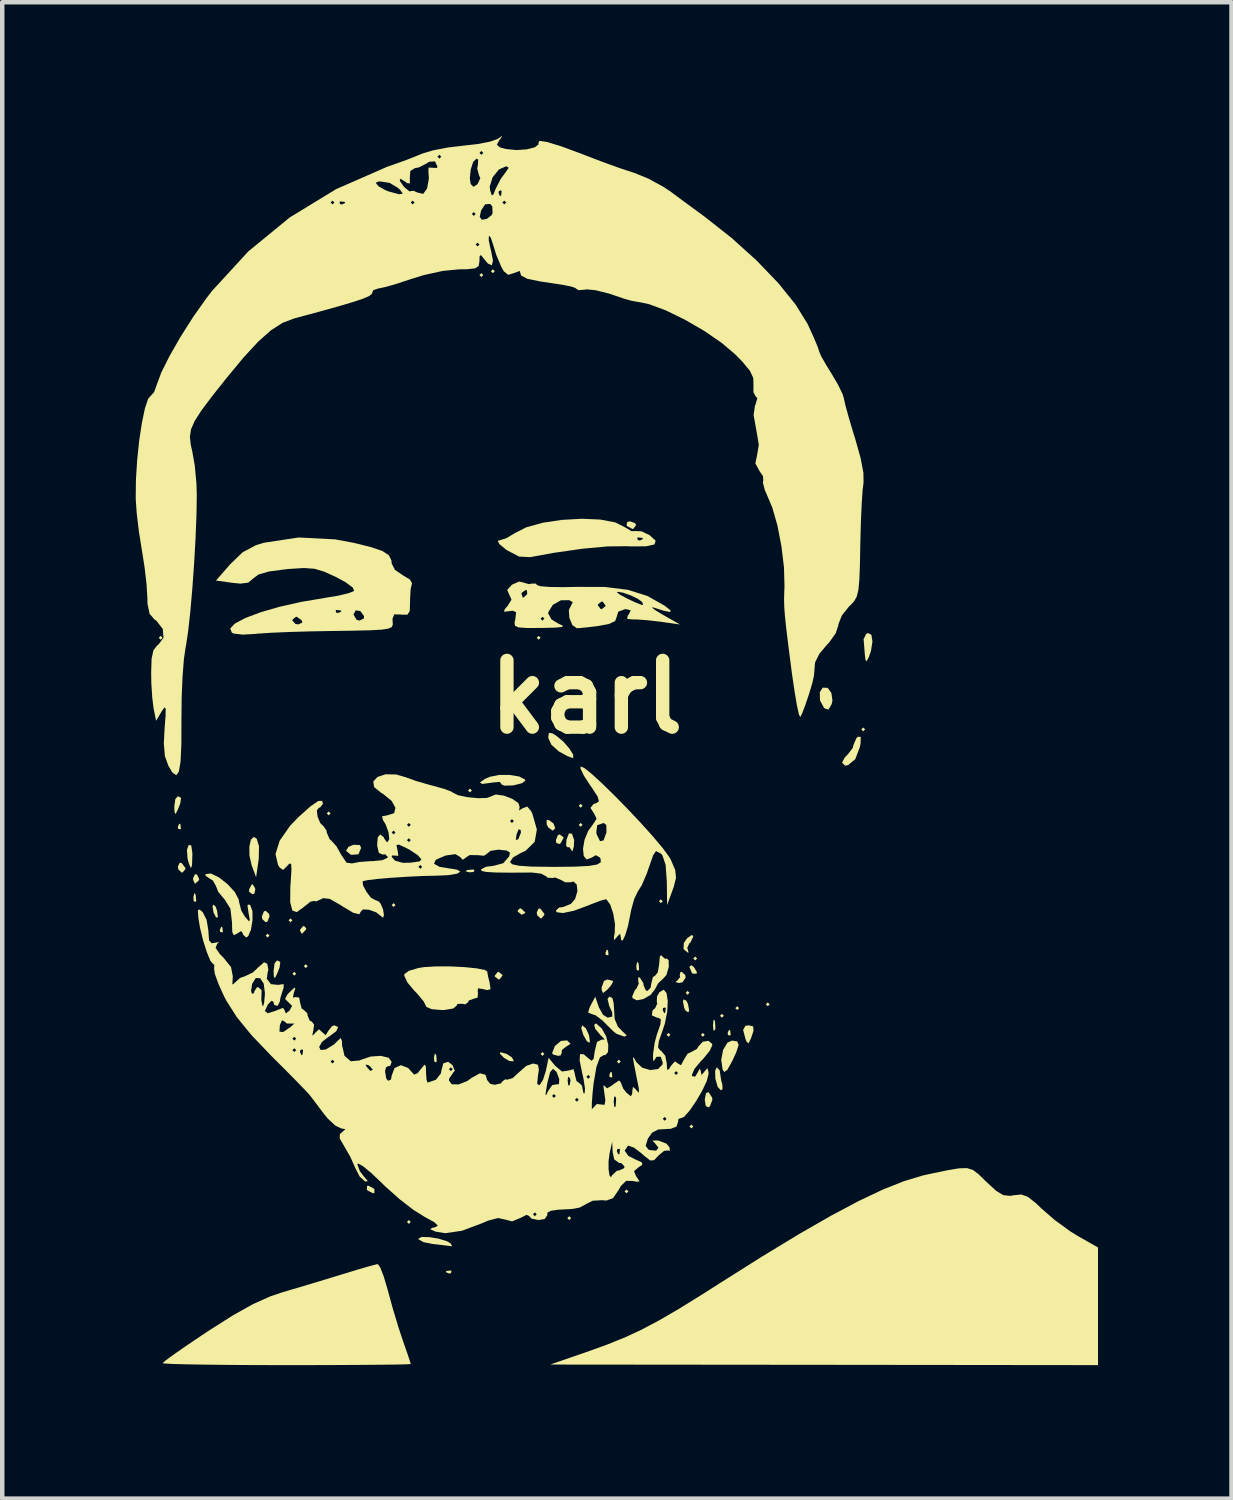
<source format=kicad_pcb>
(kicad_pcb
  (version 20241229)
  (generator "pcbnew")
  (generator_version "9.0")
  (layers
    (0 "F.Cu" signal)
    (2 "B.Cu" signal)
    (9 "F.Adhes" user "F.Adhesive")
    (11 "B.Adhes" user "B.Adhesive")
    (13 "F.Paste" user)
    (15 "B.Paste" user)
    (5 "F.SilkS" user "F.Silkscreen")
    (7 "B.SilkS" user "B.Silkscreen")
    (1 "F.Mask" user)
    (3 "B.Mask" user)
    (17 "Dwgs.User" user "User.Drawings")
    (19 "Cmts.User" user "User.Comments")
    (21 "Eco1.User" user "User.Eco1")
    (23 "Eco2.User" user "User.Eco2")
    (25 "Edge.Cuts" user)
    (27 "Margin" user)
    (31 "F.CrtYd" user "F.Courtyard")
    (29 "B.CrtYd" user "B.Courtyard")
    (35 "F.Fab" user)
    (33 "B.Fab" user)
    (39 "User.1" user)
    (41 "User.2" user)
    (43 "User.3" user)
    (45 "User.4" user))
  (footprint "karl"
    (layer "F.Cu")
    (at 10.129 12.614)
    (property "Reference" "karl" (at 0 0 0) (layer "F.SilkS") (effects (font (size 1.5 1.5) (thickness 0.3))))
    (attr board_only exclude_from_pos_files exclude_from_bom allow_missing_courtyard)
    (fp_poly (pts (xy -9.525 -1.33) (xy -9.568 -1.287) (xy -9.611 -1.33) (xy -9.568 -1.373)) (stroke (width 0) (type solid)) (fill yes) (layer "F.SilkS"))
    (fp_poly (pts (xy -7.122 5.363) (xy -7.165 5.406) (xy -7.208 5.363) (xy -7.165 5.32)) (stroke (width 0) (type solid)) (fill yes) (layer "F.SilkS"))
    (fp_poly (pts (xy -6.607 5.02) (xy -6.65 5.063) (xy -6.693 5.02) (xy -6.65 4.977)) (stroke (width 0) (type solid)) (fill yes) (layer "F.SilkS"))
    (fp_poly (pts (xy -6.522 6.221) (xy -6.565 6.264) (xy -6.607 6.221) (xy -6.565 6.178)) (stroke (width 0) (type solid)) (fill yes) (layer "F.SilkS"))
    (fp_poly (pts (xy -6.264 6.05) (xy -6.307 6.093) (xy -6.35 6.05) (xy -6.307 6.007)) (stroke (width 0) (type solid)) (fill yes) (layer "F.SilkS"))
    (fp_poly (pts (xy -5.749 2.617) (xy -5.792 2.66) (xy -5.835 2.617) (xy -5.792 2.574)) (stroke (width 0) (type solid)) (fill yes) (layer "F.SilkS"))
    (fp_poly (pts (xy -4.291 4.677) (xy -4.333 4.72) (xy -4.376 4.677) (xy -4.333 4.634)) (stroke (width 0) (type solid)) (fill yes) (layer "F.SilkS"))
    (fp_poly (pts (xy -3.947 11.799) (xy -3.99 11.842) (xy -4.033 11.799) (xy -3.99 11.756)) (stroke (width 0) (type solid)) (fill yes) (layer "F.SilkS"))
    (fp_poly (pts (xy -2.574 2.102) (xy -2.617 2.145) (xy -2.66 2.102) (xy -2.617 2.059)) (stroke (width 0) (type solid)) (fill yes) (layer "F.SilkS"))
    (fp_poly (pts (xy -2.317 -9.482) (xy -2.36 -9.439) (xy -2.403 -9.482) (xy -2.36 -9.525)) (stroke (width 0) (type solid)) (fill yes) (layer "F.SilkS"))
    (fp_poly (pts (xy -2.059 -9.568) (xy -2.102 -9.525) (xy -2.145 -9.568) (xy -2.102 -9.611)) (stroke (width 0) (type solid)) (fill yes) (layer "F.SilkS"))
    (fp_poly (pts (xy -1.03 -1.33) (xy -1.073 -1.287) (xy -1.116 -1.33) (xy -1.073 -1.373)) (stroke (width 0) (type solid)) (fill yes) (layer "F.SilkS"))
    (fp_poly (pts (xy -0.944 8.023) (xy -0.987 8.066) (xy -1.03 8.023) (xy -0.987 7.98)) (stroke (width 0) (type solid)) (fill yes) (layer "F.SilkS"))
    (fp_poly (pts (xy -0.343 11.713) (xy -0.386 11.756) (xy -0.429 11.713) (xy -0.386 11.67)) (stroke (width 0) (type solid)) (fill yes) (layer "F.SilkS"))
    (fp_poly (pts (xy -0.086 2.446) (xy -0.129 2.489) (xy -0.172 2.446) (xy -0.129 2.403)) (stroke (width 0) (type solid)) (fill yes) (layer "F.SilkS"))
    (fp_poly (pts (xy -0.086 2.875) (xy -0.129 2.918) (xy -0.172 2.875) (xy -0.129 2.832)) (stroke (width 0) (type solid)) (fill yes) (layer "F.SilkS"))
    (fp_poly (pts (xy 0.772 8.195) (xy 0.729 8.238) (xy 0.686 8.195) (xy 0.729 8.152)) (stroke (width 0) (type solid)) (fill yes) (layer "F.SilkS"))
    (fp_poly (pts (xy 0.944 11.112) (xy 0.901 11.155) (xy 0.858 11.112) (xy 0.901 11.07)) (stroke (width 0) (type solid)) (fill yes) (layer "F.SilkS"))
    (fp_poly (pts (xy 1.716 4.591) (xy 1.673 4.634) (xy 1.63 4.591) (xy 1.673 4.548)) (stroke (width 0) (type solid)) (fill yes) (layer "F.SilkS"))
    (fp_poly (pts (xy 1.888 7.594) (xy 1.845 7.637) (xy 1.802 7.594) (xy 1.845 7.551)) (stroke (width 0) (type solid)) (fill yes) (layer "F.SilkS"))
    (fp_poly (pts (xy 2.317 6.65) (xy 2.274 6.693) (xy 2.231 6.65) (xy 2.274 6.607)) (stroke (width 0) (type solid)) (fill yes) (layer "F.SilkS"))
    (fp_poly (pts (xy 2.403 9.654) (xy 2.36 9.697) (xy 2.317 9.654) (xy 2.36 9.611)) (stroke (width 0) (type solid)) (fill yes) (layer "F.SilkS"))
    (fp_poly (pts (xy 2.489 5.878) (xy 2.446 5.921) (xy 2.403 5.878) (xy 2.446 5.835)) (stroke (width 0) (type solid)) (fill yes) (layer "F.SilkS"))
    (fp_poly (pts (xy 2.66 7.594) (xy 2.617 7.637) (xy 2.574 7.594) (xy 2.617 7.551)) (stroke (width 0) (type solid)) (fill yes) (layer "F.SilkS"))
    (fp_poly (pts (xy 3.089 7.165) (xy 3.046 7.208) (xy 3.003 7.165) (xy 3.046 7.122)) (stroke (width 0) (type solid)) (fill yes) (layer "F.SilkS"))
    (fp_poly (pts (xy 3.432 6.994) (xy 3.39 7.036) (xy 3.347 6.994) (xy 3.39 6.951)) (stroke (width 0) (type solid)) (fill yes) (layer "F.SilkS"))
    (fp_poly (pts (xy 4.119 6.908) (xy 4.076 6.951) (xy 4.033 6.908) (xy 4.076 6.865)) (stroke (width 0) (type solid)) (fill yes) (layer "F.SilkS"))
    (fp_poly (pts (xy 6.264 0.729) (xy 6.221 0.772) (xy 6.178 0.729) (xy 6.221 0.686)) (stroke (width 0) (type solid)) (fill yes) (layer "F.SilkS"))
    (fp_poly (pts (xy -9.125 2.86) (xy -9.114 2.962) (xy -9.125 2.975) (xy -9.176 2.963) (xy -9.182 2.918) (xy -9.15 2.847)) (stroke (width 0) (type solid)) (fill yes) (layer "F.SilkS"))
    (fp_poly (pts (xy -8.78 4.446) (xy -8.77 4.58) (xy -8.787 4.611) (xy -8.826 4.585) (xy -8.832 4.498) (xy -8.811 4.406)) (stroke (width 0) (type solid)) (fill yes) (layer "F.SilkS"))
    (fp_poly (pts (xy -8.181 5.177) (xy -8.17 5.279) (xy -8.181 5.292) (xy -8.232 5.28) (xy -8.238 5.234) (xy -8.206 5.164)) (stroke (width 0) (type solid)) (fill yes) (layer "F.SilkS"))
    (fp_poly (pts (xy -3.374 8.05) (xy -3.364 8.184) (xy -3.381 8.215) (xy -3.42 8.189) (xy -3.426 8.102) (xy -3.405 8.01)) (stroke (width 0) (type solid)) (fill yes) (layer "F.SilkS"))
    (fp_poly (pts (xy -3.032 12.9) (xy -3.044 12.951) (xy -3.089 12.957) (xy -3.16 12.926) (xy -3.146 12.9) (xy -3.045 12.89)) (stroke (width 0) (type solid)) (fill yes) (layer "F.SilkS"))
    (fp_poly (pts (xy -2.512 3.895) (xy -2.537 3.934) (xy -2.624 3.941) (xy -2.716 3.92) (xy -2.676 3.889) (xy -2.542 3.878)) (stroke (width 0) (type solid)) (fill yes) (layer "F.SilkS"))
    (fp_poly (pts (xy 0.486 5.692) (xy 0.497 5.794) (xy 0.486 5.807) (xy 0.435 5.795) (xy 0.429 5.749) (xy 0.46 5.679)) (stroke (width 0) (type solid)) (fill yes) (layer "F.SilkS"))
    (fp_poly (pts (xy 0.572 8.438) (xy 0.582 8.54) (xy 0.572 8.552) (xy 0.521 8.541) (xy 0.515 8.495) (xy 0.546 8.425)) (stroke (width 0) (type solid)) (fill yes) (layer "F.SilkS"))
    (fp_poly (pts (xy 1.174 5.991) (xy 1.184 6.125) (xy 1.167 6.155) (xy 1.128 6.13) (xy 1.122 6.043) (xy 1.143 5.951)) (stroke (width 0) (type solid)) (fill yes) (layer "F.SilkS"))
    (fp_poly (pts (xy 2.889 7.272) (xy 2.9 7.448) (xy 2.889 7.487) (xy 2.857 7.498) (xy 2.845 7.38) (xy 2.859 7.258)) (stroke (width 0) (type solid)) (fill yes) (layer "F.SilkS"))
    (fp_poly (pts (xy 3.232 7.494) (xy 3.242 7.596) (xy 3.232 7.609) (xy 3.181 7.597) (xy 3.175 7.551) (xy 3.206 7.481)) (stroke (width 0) (type solid)) (fill yes) (layer "F.SilkS"))
    (fp_poly (pts (xy -8.751 3.991) (xy -8.702 4.094) (xy -8.713 4.125) (xy -8.796 4.201) (xy -8.837 4.114) (xy -8.839 4.071) (xy -8.796 3.983)) (stroke (width 0) (type solid)) (fill yes) (layer "F.SilkS"))
    (fp_poly (pts (xy -8.337 4.704) (xy -8.3 4.802) (xy -8.281 4.952) (xy -8.322 4.957) (xy -8.38 4.845) (xy -8.402 4.707) (xy -8.388 4.67)) (stroke (width 0) (type solid)) (fill yes) (layer "F.SilkS"))
    (fp_poly (pts (xy -9.11 2.266) (xy -9.127 2.392) (xy -9.182 2.531) (xy -9.234 2.633) (xy -9.256 2.586) (xy -9.262 2.467) (xy -9.239 2.296) (xy -9.182 2.231)) (stroke (width 0) (type solid)) (fill yes) (layer "F.SilkS"))
    (fp_poly (pts (xy -9.096 3.733) (xy -9.013 3.842) (xy -9.01 3.867) (xy -9.076 3.945) (xy -9.096 3.947) (xy -9.171 3.877) (xy -9.182 3.814) (xy -9.14 3.725)) (stroke (width 0) (type solid)) (fill yes) (layer "F.SilkS"))
    (fp_poly (pts (xy -7.461 4.271) (xy -7.44 4.319) (xy -7.461 4.42) (xy -7.508 4.434) (xy -7.584 4.373) (xy -7.577 4.319) (xy -7.523 4.216) (xy -7.508 4.205)) (stroke (width 0) (type solid)) (fill yes) (layer "F.SilkS"))
    (fp_poly (pts (xy -7.132 4.875) (xy -7.122 4.934) (xy -7.169 5.048) (xy -7.208 5.063) (xy -7.284 4.993) (xy -7.294 4.934) (xy -7.248 4.82) (xy -7.208 4.805)) (stroke (width 0) (type solid)) (fill yes) (layer "F.SilkS"))
    (fp_poly (pts (xy -6.879 5.955) (xy -6.896 6.082) (xy -6.951 6.221) (xy -7.003 6.323) (xy -7.025 6.276) (xy -7.03 6.157) (xy -7.008 5.986) (xy -6.951 5.921)) (stroke (width 0) (type solid)) (fill yes) (layer "F.SilkS"))
    (fp_poly (pts (xy -6.294 5.201) (xy -6.307 5.234) (xy -6.384 5.316) (xy -6.398 5.32) (xy -6.435 5.254) (xy -6.436 5.234) (xy -6.37 5.152) (xy -6.345 5.149)) (stroke (width 0) (type solid)) (fill yes) (layer "F.SilkS"))
    (fp_poly (pts (xy -5.091 3.328) (xy -5.063 3.392) (xy -5.122 3.536) (xy -5.281 3.548) (xy -5.299 3.542) (xy -5.401 3.46) (xy -5.348 3.369) (xy -5.234 3.322)) (stroke (width 0) (type solid)) (fill yes) (layer "F.SilkS"))
    (fp_poly (pts (xy -4.78 11.046) (xy -4.763 11.07) (xy -4.766 11.149) (xy -4.795 11.155) (xy -4.917 11.093) (xy -4.934 11.07) (xy -4.93 10.99) (xy -4.901 10.984)) (stroke (width 0) (type solid)) (fill yes) (layer "F.SilkS"))
    (fp_poly (pts (xy -1.89 6.244) (xy -1.888 6.264) (xy -1.953 6.348) (xy -1.974 6.35) (xy -2.057 6.285) (xy -2.059 6.264) (xy -1.994 6.181) (xy -1.974 6.178)) (stroke (width 0) (type solid)) (fill yes) (layer "F.SilkS"))
    (fp_poly (pts (xy -1.795 8.021) (xy -1.673 8.101) (xy -1.633 8.179) (xy -1.639 8.189) (xy -1.734 8.18) (xy -1.851 8.111) (xy -1.945 8.018) (xy -1.931 7.984)) (stroke (width 0) (type solid)) (fill yes) (layer "F.SilkS"))
    (fp_poly (pts (xy -1.459 4.762) (xy -1.377 4.84) (xy -1.373 4.853) (xy -1.439 4.89) (xy -1.459 4.891) (xy -1.541 4.825) (xy -1.545 4.8) (xy -1.492 4.749)) (stroke (width 0) (type solid)) (fill yes) (layer "F.SilkS"))
    (fp_poly (pts (xy -1.03 4.762) (xy -0.947 4.872) (xy -0.944 4.896) (xy -1.009 4.975) (xy -1.03 4.977) (xy -1.105 4.907) (xy -1.116 4.843) (xy -1.074 4.754)) (stroke (width 0) (type solid)) (fill yes) (layer "F.SilkS"))
    (fp_poly (pts (xy -0.739 2.844) (xy -0.7 2.948) (xy -0.75 3.003) (xy -0.756 3.003) (xy -0.855 2.935) (xy -0.892 2.867) (xy -0.894 2.767) (xy -0.842 2.766)) (stroke (width 0) (type solid)) (fill yes) (layer "F.SilkS"))
    (fp_poly (pts (xy -0.517 3.151) (xy -0.515 3.17) (xy -0.577 3.286) (xy -0.601 3.304) (xy -0.674 3.284) (xy -0.686 3.223) (xy -0.642 3.106) (xy -0.601 3.089)) (stroke (width 0) (type solid)) (fill yes) (layer "F.SilkS"))
    (fp_poly (pts (xy -0.01 7.45) (xy 0.058 7.599) (xy 0.079 7.739) (xy 0.065 7.773) (xy 0.008 7.733) (xy -0.07 7.595) (xy -0.116 7.44) (xy -0.09 7.38)) (stroke (width 0) (type solid)) (fill yes) (layer "F.SilkS"))
    (fp_poly (pts (xy 1.099 -3.902) (xy 1.116 -3.861) (xy 1.054 -3.778) (xy 1.035 -3.776) (xy 0.919 -3.838) (xy 0.901 -3.861) (xy 0.92 -3.935) (xy 0.982 -3.947)) (stroke (width 0) (type solid)) (fill yes) (layer "F.SilkS"))
    (fp_poly (pts (xy 2.245 6.826) (xy 2.283 6.899) (xy 2.309 7.043) (xy 2.295 7.087) (xy 2.235 7.058) (xy 2.197 6.985) (xy 2.17 6.842) (xy 2.184 6.797)) (stroke (width 0) (type solid)) (fill yes) (layer "F.SilkS"))
    (fp_poly (pts (xy 2.418 6.074) (xy 2.484 6.183) (xy 2.476 6.22) (xy 2.386 6.217) (xy 2.374 6.207) (xy 2.318 6.075) (xy 2.317 6.061) (xy 2.36 6.029)) (stroke (width 0) (type solid)) (fill yes) (layer "F.SilkS"))
    (fp_poly (pts (xy 2.826 9.006) (xy 2.832 9.053) (xy 2.777 9.197) (xy 2.746 9.225) (xy 2.683 9.194) (xy 2.66 9.053) (xy 2.687 8.904) (xy 2.746 8.881)) (stroke (width 0) (type solid)) (fill yes) (layer "F.SilkS"))
    (fp_poly (pts (xy -8.881 3.337) (xy -8.856 3.505) (xy -8.856 3.553) (xy -8.863 3.784) (xy -8.889 3.847) (xy -8.934 3.743) (xy -8.963 3.635) (xy -8.978 3.438) (xy -8.938 3.326)) (stroke (width 0) (type solid)) (fill yes) (layer "F.SilkS"))
    (fp_poly (pts (xy 0.586 6.377) (xy 0.601 6.399) (xy 0.547 6.492) (xy 0.472 6.577) (xy 0.373 6.655) (xy 0.344 6.587) (xy 0.343 6.528) (xy 0.395 6.383) (xy 0.472 6.35)) (stroke (width 0) (type solid)) (fill yes) (layer "F.SilkS"))
    (fp_poly (pts (xy 3.748 7.404) (xy 3.756 7.504) (xy 3.699 7.674) (xy 3.643 7.787) (xy 3.598 7.744) (xy 3.576 7.688) (xy 3.522 7.483) (xy 3.573 7.391) (xy 3.647 7.38)) (stroke (width 0) (type solid)) (fill yes) (layer "F.SilkS"))
    (fp_poly (pts (xy -7.409 3.187) (xy -7.358 3.355) (xy -7.363 3.627) (xy -7.369 3.677) (xy -7.423 4.051) (xy -7.522 3.785) (xy -7.572 3.57) (xy -7.575 3.363) (xy -7.54 3.207) (xy -7.474 3.145)) (stroke (width 0) (type solid)) (fill yes) (layer "F.SilkS"))
    (fp_poly (pts (xy -0.325 3.073) (xy -0.275 3.214) (xy -0.281 3.358) (xy -0.313 3.471) (xy -0.332 3.449) (xy -0.384 3.373) (xy -0.417 3.382) (xy -0.457 3.346) (xy -0.448 3.209) (xy -0.392 3.066)) (stroke (width 0) (type solid)) (fill yes) (layer "F.SilkS"))
    (fp_poly (pts (xy 2.221 6.248) (xy 2.231 6.307) (xy 2.161 6.412) (xy 2.081 6.429) (xy 1.999 6.407) (xy 2.039 6.379) (xy 2.108 6.294) (xy 2.098 6.257) (xy 2.112 6.183) (xy 2.14 6.178)) (stroke (width 0) (type solid)) (fill yes) (layer "F.SilkS"))
    (fp_poly (pts (xy 5.423 -0.205) (xy 5.507 -0.088) (xy 5.53 0.083) (xy 5.512 0.162) (xy 5.441 0.285) (xy 5.353 0.256) (xy 5.339 0.242) (xy 5.25 0.076) (xy 5.246 -0.106) (xy 5.311 -0.209)) (stroke (width 0) (type solid)) (fill yes) (layer "F.SilkS"))
    (fp_poly (pts (xy 3.389 7.741) (xy 3.422 7.818) (xy 3.369 7.986) (xy 3.274 8.19) (xy 3.167 8.382) (xy 3.098 8.428) (xy 3.062 8.376) (xy 3.03 8.155) (xy 3.073 7.932) (xy 3.171 7.768) (xy 3.272 7.723)) (stroke (width 0) (type solid)) (fill yes) (layer "F.SilkS"))
    (fp_poly (pts (xy 6.405 -1.398) (xy 6.429 -1.247) (xy 6.396 -1.035) (xy 6.35 -0.901) (xy 6.296 -0.798) (xy 6.27 -0.843) (xy 6.257 -0.965) (xy 6.24 -1.177) (xy 6.23 -1.301) (xy 6.289 -1.417) (xy 6.329 -1.437)) (stroke (width 0) (type solid)) (fill yes) (layer "F.SilkS"))
    (fp_poly (pts (xy 2.403 5.383) (xy 2.339 5.517) (xy 2.315 5.536) (xy 2.266 5.639) (xy 2.278 5.669) (xy 2.295 5.745) (xy 2.284 5.749) (xy 2.206 5.688) (xy 2.183 5.655) (xy 2.19 5.529) (xy 2.264 5.422) (xy 2.371 5.348)) (stroke (width 0) (type solid)) (fill yes) (layer "F.SilkS"))
    (fp_poly (pts (xy 2.996 8.393) (xy 3.003 8.445) (xy 3.033 8.634) (xy 3.055 8.703) (xy 3.06 8.817) (xy 3.022 8.839) (xy 2.951 8.764) (xy 2.9 8.584) (xy 2.899 8.581) (xy 2.893 8.402) (xy 2.93 8.324) (xy 2.932 8.324)) (stroke (width 0) (type solid)) (fill yes) (layer "F.SilkS"))
    (fp_poly (pts (xy -3.531 12.14) (xy -3.32 12.175) (xy -3.132 12.233) (xy -3.051 12.281) (xy -3.017 12.342) (xy -3.051 12.342) (xy -3.184 12.325) (xy -3.408 12.299) (xy -3.454 12.294) (xy -3.661 12.253) (xy -3.77 12.192) (xy -3.776 12.176) (xy -3.704 12.137)) (stroke (width 0) (type solid)) (fill yes) (layer "F.SilkS"))
    (fp_poly (pts (xy -0.427 7.725) (xy -0.356 7.795) (xy -0.443 7.853) (xy -0.452 7.856) (xy -0.553 7.937) (xy -0.552 7.989) (xy -0.577 8.055) (xy -0.639 8.066) (xy -0.754 8.033) (xy -0.77 8.002) (xy -0.706 7.843) (xy -0.573 7.731) (xy -0.436 7.719)) (stroke (width 0) (type solid)) (fill yes) (layer "F.SilkS"))
    (fp_poly (pts (xy -0.765 0.817) (xy -0.671 0.875) (xy -0.519 1.003) (xy -0.384 1.158) (xy -0.298 1.294) (xy -0.295 1.367) (xy -0.311 1.371) (xy -0.431 1.328) (xy -0.615 1.226) (xy -0.622 1.222) (xy -0.787 1.073) (xy -0.858 0.917) (xy -0.858 0.914) (xy -0.843 0.806)) (stroke (width 0) (type solid)) (fill yes) (layer "F.SilkS"))
    (fp_poly (pts (xy 6.166 0.899) (xy 6.162 1.042) (xy 6.148 1.119) (xy 6.044 1.397) (xy 5.88 1.533) (xy 5.814 1.543) (xy 5.75 1.48) (xy 5.749 1.469) (xy 5.808 1.357) (xy 5.878 1.287) (xy 5.987 1.144) (xy 6.007 1.067) (xy 6.071 0.921) (xy 6.106 0.893)) (stroke (width 0) (type solid)) (fill yes) (layer "F.SilkS"))
    (fp_poly (pts (xy -1.721 1.753) (xy -1.509 1.788) (xy -1.385 1.852) (xy -1.373 1.882) (xy -1.448 1.939) (xy -1.633 1.985) (xy -1.667 1.989) (xy -1.848 1.993) (xy -1.918 1.958) (xy -1.914 1.947) (xy -1.951 1.909) (xy -2.111 1.923) (xy -2.135 1.928) (xy -2.342 1.955) (xy -2.392 1.92) (xy -2.281 1.843) (xy -2.168 1.794) (xy -1.961 1.753)) (stroke (width 0) (type solid)) (fill yes) (layer "F.SilkS"))
    (fp_poly (pts (xy 0.584 6.765) (xy 0.613 6.881) (xy 0.628 7.114) (xy 0.635 7.236) (xy 0.707 7.408) (xy 0.81 7.515) (xy 0.907 7.607) (xy 0.853 7.633) (xy 0.684 7.574) (xy 0.618 7.526) (xy 0.468 7.38) (xy 0.363 7.272) (xy 0.207 7.155) (xy 0.107 7.122) (xy 0.038 7.092) (xy 0.074 6.975) (xy 0.097 6.929) (xy 0.2 6.737) (xy 0.279 6.972) (xy 0.373 7.142) (xy 0.479 7.208) (xy 0.583 7.184) (xy 0.579 7.085) (xy 0.515 6.95) (xy 0.475 6.787) (xy 0.515 6.736)) (stroke (width 0) (type solid)) (fill yes) (layer "F.SilkS"))
    (fp_poly (pts (xy 1.687 5.814) (xy 1.769 5.886) (xy 1.804 5.877) (xy 1.848 5.915) (xy 1.852 6.065) (xy 1.799 6.249) (xy 1.723 6.333) (xy 1.614 6.434) (xy 1.545 6.562) (xy 1.443 6.696) (xy 1.287 6.787) (xy 1.133 6.818) (xy 1.038 6.77) (xy 1.03 6.729) (xy 1.091 6.586) (xy 1.121 6.561) (xy 1.177 6.444) (xy 1.165 6.38) (xy 1.164 6.299) (xy 1.202 6.308) (xy 1.28 6.431) (xy 1.287 6.484) (xy 1.335 6.595) (xy 1.373 6.607) (xy 1.443 6.536) (xy 1.459 6.436) (xy 1.495 6.296) (xy 1.545 6.264) (xy 1.605 6.189) (xy 1.636 6.006) (xy 1.637 5.985) (xy 1.652 5.828) (xy 1.681 5.802)) (stroke (width 0) (type solid)) (fill yes) (layer "F.SilkS"))
    (fp_poly (pts (xy -8.259 4.055) (xy -8.066 4.206) (xy -7.902 4.384) (xy -7.814 4.552) (xy -7.809 4.594) (xy -7.756 4.801) (xy -7.674 4.939) (xy -7.584 5.041) (xy -7.564 5.012) (xy -7.594 4.848) (xy -7.618 4.683) (xy -7.581 4.662) (xy -7.551 4.687) (xy -7.505 4.816) (xy -7.504 5.019) (xy -7.538 5.228) (xy -7.599 5.375) (xy -7.647 5.406) (xy -7.719 5.339) (xy -7.723 5.31) (xy -7.761 5.261) (xy -7.846 5.316) (xy -7.924 5.355) (xy -7.959 5.283) (xy -7.965 5.069) (xy -7.965 5.063) (xy -8.001 4.758) (xy -8.132 4.549) (xy -8.142 4.539) (xy -8.275 4.378) (xy -8.324 4.253) (xy -8.393 4.127) (xy -8.465 4.083) (xy -8.561 4.016) (xy -8.558 3.981) (xy -8.438 3.968)) (stroke (width 0) (type solid)) (fill yes) (layer "F.SilkS"))
    (fp_poly (pts (xy -3.054 6.056) (xy -2.736 6.072) (xy -2.463 6.1) (xy -2.281 6.136) (xy -2.23 6.169) (xy -2.209 6.284) (xy -2.174 6.424) (xy -2.154 6.568) (xy -2.23 6.589) (xy -2.304 6.569) (xy -2.435 6.548) (xy -2.443 6.625) (xy -2.436 6.645) (xy -2.445 6.758) (xy -2.522 6.779) (xy -2.642 6.821) (xy -2.66 6.862) (xy -2.723 6.909) (xy -2.789 6.896) (xy -2.899 6.9) (xy -2.918 6.941) (xy -2.994 7.002) (xy -3.19 7.035) (xy -3.261 7.036) (xy -3.476 7.017) (xy -3.595 6.968) (xy -3.604 6.948) (xy -3.661 6.838) (xy -3.803 6.667) (xy -3.869 6.6) (xy -4.022 6.417) (xy -4.093 6.266) (xy -4.091 6.229) (xy -3.987 6.154) (xy -3.772 6.091) (xy -3.642 6.071) (xy -3.371 6.055)) (stroke (width 0) (type solid)) (fill yes) (layer "F.SilkS"))
    (fp_poly (pts (xy 0.312 -3.987) (xy 0.65 -3.923) (xy 0.86 -3.817) (xy 1.012 -3.727) (xy 1.108 -3.728) (xy 1.235 -3.724) (xy 1.417 -3.638) (xy 1.419 -3.637) (xy 1.557 -3.512) (xy 1.53 -3.428) (xy 1.336 -3.385) (xy 0.978 -3.384) (xy 0.906 -3.388) (xy 0.474 -3.383) (xy -0.084 -3.332) (xy -0.734 -3.239) (xy -1.264 -3.142) (xy -1.513 -3.155) (xy -1.793 -3.302) (xy -1.8 -3.307) (xy -1.958 -3.438) (xy -1.991 -3.51) (xy -1.961 -3.518) (xy -1.797 -3.568) (xy -1.785 -3.575) (xy 1.144 -3.575) (xy 1.156 -3.524) (xy 1.201 -3.518) (xy 1.272 -3.55) (xy 1.259 -3.575) (xy 1.157 -3.586) (xy 1.144 -3.575) (xy -1.785 -3.575) (xy -1.621 -3.675) (xy -1.352 -3.813) (xy -0.979 -3.916) (xy -0.548 -3.98) (xy -0.102 -4.005)) (stroke (width 0) (type solid)) (fill yes) (layer "F.SilkS"))
    (fp_poly (pts (xy 8.687 10.63) (xy 8.811 10.724) (xy 8.967 10.876) (xy 8.989 10.897) (xy 9.21 11.1) (xy 9.371 11.197) (xy 9.521 11.213) (xy 9.611 11.198) (xy 9.775 11.182) (xy 9.923 11.235) (xy 10.105 11.379) (xy 10.233 11.502) (xy 10.53 11.759) (xy 10.878 12.012) (xy 11.048 12.117) (xy 11.499 12.373) (xy 11.499 13.695) (xy 11.499 15.017) (xy 5.342 15.01) (xy -0.815 15.004) (xy -0.000001 14.723) (xy 0.45 14.561) (xy 0.849 14.401) (xy 1.23 14.225) (xy 1.629 14.014) (xy 2.079 13.752) (xy 2.615 13.42) (xy 2.985 13.184) (xy 3.939 12.582) (xy 4.77 12.077) (xy 5.492 11.662) (xy 6.118 11.329) (xy 6.661 11.072) (xy 7.136 10.883) (xy 7.556 10.756) (xy 7.702 10.723) (xy 8.102 10.64) (xy 8.372 10.594) (xy 8.554 10.589)) (stroke (width 0) (type solid)) (fill yes) (layer "F.SilkS"))
    (fp_poly (pts (xy -4.633 12.821) (xy -4.555 13.022) (xy -4.471 13.307) (xy -4.461 13.344) (xy -4.351 13.744) (xy -4.223 14.169) (xy -4.128 14.456) (xy -4.034 14.725) (xy -3.969 14.919) (xy -3.947 14.992) (xy -4.03 14.998) (xy -4.264 15.004) (xy -4.629 15.008) (xy -5.105 15.012) (xy -5.673 15.015) (xy -6.311 15.017) (xy -6.736 15.017) (xy -7.408 15.016) (xy -8.022 15.012) (xy -8.558 15.006) (xy -8.995 14.999) (xy -9.313 14.99) (xy -9.492 14.979) (xy -9.525 14.973) (xy -9.457 14.912) (xy -9.271 14.776) (xy -8.992 14.582) (xy -8.645 14.348) (xy -8.489 14.244) (xy -7.944 13.898) (xy -7.494 13.646) (xy -7.105 13.472) (xy -6.837 13.381) (xy -6.446 13.266) (xy -5.983 13.127) (xy -5.542 12.992) (xy -5.492 12.977) (xy -5.158 12.875) (xy -4.886 12.796) (xy -4.718 12.752) (xy -4.688 12.746)) (stroke (width 0) (type solid)) (fill yes) (layer "F.SilkS"))
    (fp_poly (pts (xy -5.649 -3.542) (xy -5.234 -3.465) (xy -4.838 -3.367) (xy -4.582 -3.279) (xy -4.44 -3.185) (xy -4.382 -3.07) (xy -4.376 -3) (xy -4.303 -2.856) (xy -4.125 -2.735) (xy -3.966 -2.639) (xy -3.918 -2.554) (xy -3.921 -2.548) (xy -3.95 -2.419) (xy -3.963 -2.197) (xy -3.963 -2.144) (xy -3.97 -1.932) (xy -4.021 -1.849) (xy -4.145 -1.849) (xy -4.167 -1.853) (xy -4.319 -1.856) (xy -4.358 -1.757) (xy -4.354 -1.696) (xy -4.351 -1.624) (xy -4.374 -1.571) (xy -4.45 -1.536) (xy -4.601 -1.513) (xy -4.853 -1.499) (xy -5.229 -1.49) (xy -5.706 -1.483) (xy -6.208 -1.474) (xy -6.681 -1.46) (xy -7.083 -1.443) (xy -7.374 -1.424) (xy -7.466 -1.415) (xy -7.725 -1.401) (xy -7.922 -1.424) (xy -7.967 -1.443) (xy -8.006 -1.538) (xy -7.898 -1.651) (xy -7.775 -1.716) (xy -6.607 -1.716) (xy -6.538 -1.641) (xy -6.474 -1.63) (xy -6.385 -1.672) (xy -6.393 -1.716) (xy -6.503 -1.799) (xy -6.527 -1.802) (xy -6.605 -1.737) (xy -6.607 -1.716) (xy -7.775 -1.716) (xy -7.663 -1.775) (xy -7.459 -1.852) (xy -5.234 -1.852) (xy -5.165 -1.734) (xy -5.099 -1.716) (xy -4.999 -1.766) (xy -4.997 -1.818) (xy -5.082 -1.931) (xy -5.185 -1.946) (xy -5.234 -1.852) (xy -7.459 -1.852) (xy -7.323 -1.903) (xy -7.179 -1.945) (xy -5.635 -1.945) (xy -5.623 -1.894) (xy -5.578 -1.888) (xy -5.507 -1.919) (xy -5.52 -1.945) (xy -5.622 -1.955) (xy -5.635 -1.945) (xy -7.179 -1.945) (xy -6.9 -2.026) (xy -6.415 -2.136) (xy -5.889 -2.224) (xy -5.887 -2.225) (xy -5.58 -2.276) (xy -5.341 -2.333) (xy -5.221 -2.382) (xy -5.22 -2.383) (xy -5.249 -2.458) (xy -5.408 -2.576) (xy -5.626 -2.695) (xy -5.895 -2.817) (xy -6.112 -2.881) (xy -6.347 -2.898) (xy -6.67 -2.878) (xy -6.747 -2.871) (xy -7.13 -2.821) (xy -7.37 -2.752) (xy -7.489 -2.662) (xy -7.6 -2.569) (xy -7.78 -2.547) (xy -7.959 -2.565) (xy -8.324 -2.617) (xy -8.002 -2.986) (xy -7.724 -3.253) (xy -7.425 -3.412) (xy -7.251 -3.465) (xy -6.47 -3.584)) (stroke (width 0) (type solid)) (fill yes) (layer "F.SilkS"))
    (fp_poly (pts (xy -1.427 -2.575) (xy -1.29 -2.535) (xy -1.234 -2.547) (xy -1.13 -2.547) (xy -1.116 -2.517) (xy -1.036 -2.489) (xy -0.82 -2.472) (xy -0.504 -2.468) (xy -0.222 -2.474) (xy 0.419 -2.472) (xy 0.937 -2.407) (xy 1.368 -2.271) (xy 1.751 -2.056) (xy 1.759 -2.051) (xy 1.892 -1.945) (xy 1.883 -1.908) (xy 1.726 -1.941) (xy 1.502 -2.012) (xy 1.471 -2.008) (xy 1.569 -1.937) (xy 1.716 -1.849) (xy 2.102 -1.629) (xy 1.673 -1.69) (xy 1.38 -1.724) (xy 1.128 -1.742) (xy 1.048 -1.742) (xy 0.916 -1.754) (xy 0.929 -1.826) (xy 0.951 -1.854) (xy 0.997 -1.946) (xy 0.897 -1.973) (xy 0.869 -1.974) (xy 0.716 -1.916) (xy 0.686 -1.814) (xy 0.647 -1.706) (xy 0.505 -1.639) (xy 0.288 -1.599) (xy 0.027 -1.566) (xy -0.17 -1.547) (xy -0.217 -1.545) (xy -0.317 -1.617) (xy -0.383 -1.781) (xy -0.394 -1.956) (xy -0.342 -2.059) (xy 0.257 -2.059) (xy 0.323 -1.976) (xy 0.343 -1.974) (xy 0.427 -2.039) (xy 0.429 -2.059) (xy 0.364 -2.143) (xy 0.343 -2.145) (xy 0.26 -2.08) (xy 0.257 -2.059) (xy -0.342 -2.059) (xy -0.341 -2.061) (xy -0.307 -2.13) (xy -0.382 -2.175) (xy -0.573 -2.173) (xy -0.755 -2.069) (xy -0.854 -1.91) (xy -0.858 -1.874) (xy -0.786 -1.744) (xy -0.622 -1.644) (xy -0.527 -1.6) (xy -0.548 -1.573) (xy -0.703 -1.558) (xy -1.011 -1.551) (xy -1.018 -1.551) (xy -1.34 -1.55) (xy -1.525 -1.563) (xy -1.605 -1.601) (xy -1.614 -1.676) (xy -1.596 -1.754) (xy -1.596 -1.759) (xy -1.03 -1.759) (xy -0.987 -1.716) (xy -0.944 -1.759) (xy -0.987 -1.802) (xy -1.03 -1.759) (xy -1.596 -1.759) (xy -1.579 -1.905) (xy -1.658 -1.939) (xy -1.727 -1.929) (xy -1.851 -1.915) (xy -1.836 -1.971) (xy -1.771 -2.046) (xy -1.683 -2.188) (xy -1.734 -2.301) (xy -1.741 -2.317) (xy -1.459 -2.317) (xy -1.43 -2.233) (xy -1.421 -2.231) (xy -1.348 -2.291) (xy -1.33 -2.317) (xy -1.333 -2.351) (xy 0.686 -2.351) (xy 0.754 -2.299) (xy 0.914 -2.213) (xy 1.1 -2.125) (xy 1.244 -2.069) (xy 1.271 -2.063) (xy 1.262 -2.115) (xy 1.249 -2.137) (xy 1.156 -2.207) (xy 0.99 -2.285) (xy 0.818 -2.345) (xy 0.702 -2.364) (xy 0.686 -2.351) (xy -1.333 -2.351) (xy -1.337 -2.396) (xy -1.368 -2.403) (xy -1.455 -2.34) (xy -1.459 -2.317) (xy -1.741 -2.317) (xy -1.78 -2.404) (xy -1.68 -2.517) (xy -1.669 -2.525) (xy -1.513 -2.594)) (stroke (width 0) (type solid)) (fill yes) (layer "F.SilkS"))
    (fp_poly (pts (xy -0.05 1.594) (xy 0.121 1.73) (xy 0.358 1.948) (xy 0.638 2.222) (xy 0.938 2.528) (xy 1.234 2.843) (xy 1.502 3.142) (xy 1.719 3.401) (xy 1.862 3.596) (xy 1.894 3.651) (xy 1.995 3.886) (xy 2.015 4.063) (xy 1.962 4.272) (xy 1.938 4.338) (xy 1.814 4.677) (xy 1.808 4.151) (xy 1.781 3.775) (xy 1.708 3.557) (xy 1.674 3.519) (xy 1.564 3.464) (xy 1.498 3.562) (xy 1.495 3.573) (xy 1.356 3.972) (xy 1.243 4.234) (xy 1.154 4.376) (xy 1.076 4.538) (xy 1.006 4.789) (xy 0.987 4.891) (xy 0.934 5.151) (xy 0.873 5.354) (xy 0.818 5.47) (xy 0.781 5.468) (xy 0.774 5.406) (xy 0.758 5.321) (xy 0.696 5.381) (xy 0.678 5.406) (xy 0.62 5.465) (xy 0.621 5.38) (xy 0.636 5.309) (xy 0.643 5.106) (xy 0.604 4.872) (xy 0.536 4.667) (xy 0.454 4.555) (xy 0.431 4.548) (xy 0.317 4.579) (xy 0.111 4.657) (xy 0.032 4.69) (xy -0.282 4.805) (xy -0.525 4.856) (xy -0.665 4.839) (xy -0.686 4.8) (xy -0.615 4.734) (xy -0.518 4.72) (xy -0.348 4.65) (xy -0.254 4.541) (xy -0.201 4.364) (xy -0.218 4.214) (xy -0.292 4.147) (xy -0.346 4.164) (xy -0.48 4.164) (xy -0.558 4.119) (xy -0.7 4.058) (xy -0.763 4.07) (xy -0.876 4.061) (xy -0.902 4.032) (xy -1.018 3.971) (xy -1.223 3.946) (xy -1.229 3.946) (xy -1.714 3.949) (xy -2.05 3.945) (xy -2.256 3.932) (xy -2.355 3.91) (xy -2.369 3.876) (xy -2.368 3.874) (xy -2.255 3.816) (xy -2.094 3.797) (xy -1.868 3.736) (xy -1.734 3.58) (xy -1.718 3.497) (xy -1.791 3.452) (xy -1.97 3.432) (xy -1.974 3.432) (xy -2.154 3.458) (xy -2.231 3.519) (xy -2.231 3.52) (xy -2.301 3.569) (xy -2.436 3.556) (xy -2.623 3.553) (xy -2.704 3.606) (xy -2.779 3.66) (xy -2.835 3.599) (xy -2.942 3.533) (xy -3.148 3.561) (xy -3.174 3.568) (xy -3.384 3.659) (xy -3.425 3.748) (xy -3.301 3.818) (xy -3.134 3.845) (xy -2.905 3.881) (xy -2.833 3.926) (xy -2.903 3.971) (xy -3.101 4.005) (xy -3.368 4.017) (xy -3.687 4.024) (xy -4.047 4.042) (xy -4.404 4.065) (xy -4.715 4.092) (xy -4.938 4.12) (xy -5.029 4.142) (xy -5.02 4.234) (xy -4.942 4.382) (xy -4.843 4.511) (xy -4.772 4.552) (xy -4.666 4.597) (xy -4.623 4.648) (xy -4.569 4.777) (xy -4.55 4.901) (xy -4.569 4.962) (xy -4.614 4.927) (xy -4.725 4.84) (xy -4.884 4.783) (xy -5.019 4.774) (xy -5.063 4.813) (xy -5.105 4.884) (xy -5.242 4.849) (xy -5.487 4.703) (xy -5.532 4.673) (xy -5.769 4.538) (xy -5.92 4.522) (xy -5.959 4.544) (xy -6.077 4.596) (xy -6.115 4.583) (xy -6.202 4.602) (xy -6.345 4.715) (xy -6.353 4.723) (xy -6.509 4.835) (xy -6.609 4.8) (xy -6.657 4.611) (xy -6.654 4.264) (xy -6.646 4.162) (xy -6.629 3.885) (xy -6.632 3.819) (xy -3.776 3.819) (xy -3.733 3.861) (xy -3.69 3.819) (xy -3.733 3.776) (xy -3.776 3.819) (xy -6.632 3.819) (xy -6.636 3.754) (xy -6.674 3.743) (xy -6.718 3.791) (xy -6.815 3.887) (xy -6.89 3.838) (xy -6.93 3.777) (xy -6.987 3.531) (xy -6.894 3.231) (xy -6.66 2.896) (xy -6.47 2.699) (xy -6.199 2.457) (xy -6.026 2.338) (xy -5.938 2.335) (xy -5.921 2.403) (xy -5.987 2.485) (xy -6.013 2.489) (xy -6.058 2.552) (xy -6.041 2.692) (xy -5.98 2.836) (xy -5.91 2.903) (xy -5.841 3.002) (xy -5.835 3.049) (xy -5.77 3.197) (xy -5.726 3.235) (xy -5.615 3.359) (xy -5.51 3.548) (xy -5.391 3.724) (xy -5.268 3.741) (xy -5.098 3.708) (xy -4.849 3.69) (xy -4.798 3.69) (xy -4.583 3.668) (xy -4.468 3.614) (xy -4.462 3.595) (xy -4.464 3.593) (xy -4.376 3.593) (xy -4.302 3.679) (xy -4.125 3.728) (xy -3.947 3.724) (xy -3.787 3.701) (xy -3.749 3.696) (xy -3.707 3.651) (xy -3.791 3.554) (xy -3.973 3.434) (xy -4.039 3.399) (xy -4.212 3.319) (xy -4.269 3.327) (xy -4.248 3.432) (xy -4.243 3.448) (xy -4.226 3.572) (xy -4.281 3.567) (xy -4.367 3.562) (xy -4.376 3.593) (xy -4.464 3.593) (xy -4.523 3.534) (xy -4.573 3.543) (xy -4.665 3.505) (xy -4.703 3.337) (xy -4.691 3.161) (xy -4.635 3.089) (xy -4.551 3.154) (xy -4.548 3.175) (xy -4.489 3.258) (xy -4.47 3.261) (xy -4.444 3.218) (xy -4.033 3.218) (xy -3.99 3.261) (xy -3.947 3.218) (xy -3.95 3.215) (xy -1.587 3.215) (xy -1.534 3.199) (xy -1.53 3.195) (xy -1.47 3.047) (xy -1.477 2.992) (xy -1.521 2.972) (xy -1.568 3.082) (xy -1.587 3.215) (xy -3.95 3.215) (xy -3.99 3.175) (xy -4.033 3.218) (xy -4.444 3.218) (xy -4.429 3.194) (xy -4.447 3.046) (xy -4.376 3.046) (xy -4.333 3.089) (xy -4.291 3.046) (xy -4.333 3.003) (xy -4.376 3.046) (xy -4.447 3.046) (xy -4.448 3.039) (xy -4.508 2.875) (xy -4.033 2.875) (xy -3.99 2.918) (xy -3.947 2.875) (xy -3.99 2.832) (xy -4.033 2.875) (xy -4.508 2.875) (xy -4.514 2.86) (xy -4.558 2.789) (xy -1.716 2.789) (xy -1.673 2.832) (xy -1.63 2.789) (xy -1.673 2.746) (xy -1.716 2.789) (xy -4.558 2.789) (xy -4.571 2.767) (xy -4.594 2.683) (xy -4.473 2.66) (xy -4.321 2.612) (xy -4.292 2.492) (xy -4.376 2.337) (xy -4.564 2.183) (xy -4.612 2.155) (xy -4.772 2.024) (xy -4.789 1.898) (xy -4.693 1.797) (xy -4.513 1.738) (xy -4.277 1.742) (xy -4.082 1.798) (xy -3.828 1.888) (xy -3.518 1.978) (xy -3.432 2) (xy -3.193 2.067) (xy -3.034 2.128) (xy -3.003 2.149) (xy -2.885 2.208) (xy -2.674 2.252) (xy -2.435 2.275) (xy -2.237 2.27) (xy -2.149 2.237) (xy -2.038 2.192) (xy -1.856 2.217) (xy -1.666 2.289) (xy -1.528 2.386) (xy -1.5 2.473) (xy -1.514 2.552) (xy -1.431 2.501) (xy -1.33 2.463) (xy -1.242 2.565) (xy -1.215 2.622) (xy -1.113 2.977) (xy -1.162 3.256) (xy -1.364 3.455) (xy -1.482 3.511) (xy -1.65 3.608) (xy -1.716 3.709) (xy -1.67 3.759) (xy -1.519 3.793) (xy -1.241 3.812) (xy -0.816 3.818) (xy -0.737 3.819) (xy -0.267 3.814) (xy 0.052 3.798) (xy 0.242 3.766) (xy 0.324 3.714) (xy 0.319 3.637) (xy 0.301 3.606) (xy 0.212 3.556) (xy 0.122 3.61) (xy 0.005 3.653) (xy -0.06 3.574) (xy -0.076 3.413) (xy -0.042 3.212) (xy 0.027 3.043) (xy 0.222 3.043) (xy 0.234 3.094) (xy 0.306 3.241) (xy 0.385 3.225) (xy 0.449 3.049) (xy 0.45 3.046) (xy 0.448 2.877) (xy 0.389 2.832) (xy 0.243 2.882) (xy 0.222 3.043) (xy 0.027 3.043) (xy 0.041 3.009) (xy 0.14 2.875) (xy 0.229 2.739) (xy 0.183 2.637) (xy 0.091 2.493) (xy 0.162 2.405) (xy 0.221 2.388) (xy 0.282 2.345) (xy 0.253 2.24) (xy 0.125 2.041) (xy 0.086 1.987) (xy -0.055 1.771) (xy -0.13 1.613) (xy -0.132 1.562)) (stroke (width 0) (type solid)) (fill yes) (layer "F.SilkS"))
    (fp_poly (pts (xy -1.92 -12.562) (xy -1.956 -12.515) (xy -2.012 -12.411) (xy -1.945 -12.352) (xy -1.806 -12.315) (xy -1.574 -12.291) (xy -1.341 -12.307) (xy -1.157 -12.354) (xy -1.073 -12.422) (xy -1.079 -12.453) (xy -1.054 -12.499) (xy -0.881 -12.472) (xy -0.567 -12.376) (xy -0.12 -12.211) (xy -0.000001 -12.164) (xy 0.375 -12.021) (xy 0.752 -11.885) (xy 1.053 -11.786) (xy 1.067 -11.782) (xy 1.393 -11.65) (xy 1.737 -11.462) (xy 1.882 -11.365) (xy 2.194 -11.134) (xy 2.53 -10.888) (xy 2.659 -10.793) (xy 3.268 -10.313) (xy 3.83 -9.805) (xy 4.318 -9.296) (xy 4.707 -8.813) (xy 4.972 -8.382) (xy 4.986 -8.353) (xy 5.111 -8.077) (xy 5.201 -7.864) (xy 5.234 -7.76) (xy 5.277 -7.658) (xy 5.389 -7.461) (xy 5.504 -7.275) (xy 5.654 -7.021) (xy 5.758 -6.807) (xy 5.787 -6.71) (xy 5.818 -6.567) (xy 5.89 -6.306) (xy 5.988 -5.973) (xy 6.041 -5.804) (xy 6.162 -5.374) (xy 6.226 -5.035) (xy 6.229 -4.82) (xy 6.229 -4.817) (xy 6.208 -4.649) (xy 6.188 -4.349) (xy 6.17 -3.956) (xy 6.158 -3.511) (xy 6.156 -3.419) (xy 6.147 -2.95) (xy 6.134 -2.62) (xy 6.112 -2.398) (xy 6.075 -2.252) (xy 6.017 -2.15) (xy 5.932 -2.059) (xy 5.899 -2.029) (xy 5.742 -1.832) (xy 5.665 -1.637) (xy 5.664 -1.613) (xy 5.603 -1.43) (xy 5.454 -1.221) (xy 5.406 -1.172) (xy 5.238 -0.973) (xy 5.142 -0.782) (xy 5.136 -0.744) (xy 5.121 -0.552) (xy 5.113 -0.469) (xy 5.077 -0.311) (xy 5.007 -0.075) (xy 4.923 0.174) (xy 4.847 0.373) (xy 4.807 0.451) (xy 4.777 0.395) (xy 4.733 0.196) (xy 4.68 -0.117) (xy 4.621 -0.517) (xy 4.596 -0.707) (xy 4.533 -1.202) (xy 4.489 -1.563) (xy 4.462 -1.823) (xy 4.447 -2.019) (xy 4.443 -2.185) (xy 4.447 -2.356) (xy 4.452 -2.489) (xy 4.441 -2.908) (xy 4.384 -3.384) (xy 4.294 -3.852) (xy 4.181 -4.248) (xy 4.109 -4.421) (xy 4.01 -4.651) (xy 3.967 -4.817) (xy 3.975 -4.862) (xy 3.97 -4.961) (xy 3.891 -5.077) (xy 3.797 -5.251) (xy 3.835 -5.426) (xy 3.875 -5.669) (xy 3.816 -6.015) (xy 3.758 -6.337) (xy 3.789 -6.547) (xy 3.8 -6.569) (xy 3.842 -6.715) (xy 3.805 -6.755) (xy 3.754 -6.85) (xy 3.755 -7.019) (xy 3.75 -7.171) (xy 3.674 -7.331) (xy 3.503 -7.538) (xy 3.347 -7.698) (xy 3.039 -7.959) (xy 2.644 -8.23) (xy 2.208 -8.482) (xy 1.781 -8.69) (xy 1.41 -8.827) (xy 1.244 -8.863) (xy 1.014 -8.904) (xy 0.858 -8.947) (xy 0.513 -9.065) (xy 0.213 -9.14) (xy 0.006 -9.161) (xy -0.038 -9.153) (xy -0.176 -9.143) (xy -0.209 -9.162) (xy -0.257 -9.196) (xy -0.348 -9.226) (xy -0.516 -9.259) (xy -0.799 -9.303) (xy -1.03 -9.337) (xy -1.327 -9.398) (xy -1.469 -9.473) (xy -1.479 -9.512) (xy -1.498 -9.575) (xy -1.623 -9.529) (xy -1.626 -9.527) (xy -1.759 -9.487) (xy -1.856 -9.567) (xy -1.916 -9.674) (xy -2.027 -9.939) (xy -2.094 -10.157) (xy -2.147 -10.319) (xy -2.19 -10.367) (xy -2.191 -10.366) (xy -2.195 -10.267) (xy -2.155 -10.074) (xy -2.145 -10.04) (xy -2.099 -9.806) (xy -2.125 -9.701) (xy -2.214 -9.741) (xy -2.281 -9.82) (xy -2.372 -9.934) (xy -2.401 -9.9) (xy -2.403 -9.799) (xy -2.42 -9.689) (xy -2.5 -9.633) (xy -2.684 -9.613) (xy -2.86 -9.611) (xy -3.224 -9.576) (xy -3.655 -9.481) (xy -3.931 -9.396) (xy -4.245 -9.292) (xy -4.507 -9.216) (xy -4.665 -9.182) (xy -4.675 -9.182) (xy -4.79 -9.141) (xy -4.805 -9.105) (xy -4.821 -9.06) (xy -4.879 -9.013) (xy -5.002 -8.958) (xy -5.21 -8.887) (xy -5.521 -8.794) (xy -5.957 -8.672) (xy -6.538 -8.515) (xy -6.573 -8.505) (xy -6.83 -8.407) (xy -7.09 -8.24) (xy -7.376 -7.986) (xy -7.709 -7.625) (xy -8.089 -7.166) (xy -8.419 -6.75) (xy -8.653 -6.438) (xy -8.804 -6.202) (xy -8.886 -6.015) (xy -8.911 -5.846) (xy -8.892 -5.669) (xy -8.856 -5.51) (xy -8.801 -5.195) (xy -8.765 -4.81) (xy -8.756 -4.548) (xy -8.763 -4.097) (xy -8.784 -3.569) (xy -8.816 -3.003) (xy -8.856 -2.439) (xy -8.902 -1.917) (xy -8.95 -1.479) (xy -8.997 -1.163) (xy -9.007 -1.116) (xy -9.046 -0.848) (xy -9.076 -0.459) (xy -9.096 0.001) (xy -9.101 0.482) (xy -9.101 0.53) (xy -9.103 1.072) (xy -9.121 1.452) (xy -9.159 1.678) (xy -9.218 1.759) (xy -9.301 1.703) (xy -9.395 1.547) (xy -9.473 1.329) (xy -9.497 1.047) (xy -9.48 0.708) (xy -9.457 0.41) (xy -9.456 0.26) (xy -9.482 0.235) (xy -9.539 0.314) (xy -9.55 0.332) (xy -9.671 0.536) (xy -9.727 0.257) (xy -9.757 0.016) (xy -9.778 -0.312) (xy -9.782 -0.548) (xy -9.772 -0.86) (xy -9.731 -1.047) (xy -9.65 -1.155) (xy -9.618 -1.177) (xy -9.504 -1.331) (xy -9.521 -1.528) (xy -9.661 -1.71) (xy -9.708 -1.743) (xy -9.817 -1.869) (xy -9.864 -2.093) (xy -9.868 -2.242) (xy -9.885 -2.528) (xy -9.928 -2.903) (xy -9.989 -3.29) (xy -9.993 -3.316) (xy -10.057 -3.716) (xy -10.106 -4.125) (xy -10.129 -4.455) (xy -10.129 -4.462) (xy -10.124 -4.882) (xy -10.096 -5.327) (xy -10.05 -5.765) (xy -9.99 -6.161) (xy -9.922 -6.485) (xy -9.85 -6.701) (xy -9.781 -6.779) (xy -9.715 -6.852) (xy -9.657 -7.015) (xy -9.553 -7.294) (xy -9.366 -7.667) (xy -9.121 -8.095) (xy -8.839 -8.538) (xy -8.545 -8.955) (xy -8.415 -9.124) (xy -7.599 -10.013) (xy -7.409 -10.169) (xy -2.489 -10.169) (xy -2.446 -10.126) (xy -2.403 -10.169) (xy -2.446 -10.211) (xy -2.489 -10.169) (xy -7.409 -10.169) (xy -6.666 -10.778) (xy -6.645 -10.791) (xy -2.397 -10.791) (xy -2.351 -10.725) (xy -2.239 -10.744) (xy -2.132 -10.827) (xy -2.109 -10.87) (xy -2.114 -11.024) (xy -2.164 -11.081) (xy -2.276 -11.071) (xy -2.366 -10.934) (xy -2.397 -10.791) (xy -6.645 -10.791) (xy -6.539 -10.855) (xy -2.574 -10.855) (xy -2.531 -10.812) (xy -2.489 -10.855) (xy -2.531 -10.898) (xy -2.574 -10.855) (xy -6.539 -10.855) (xy -6.117 -11.113) (xy -5.749 -11.113) (xy -5.706 -11.07) (xy -5.664 -11.113) (xy -5.678 -11.127) (xy -5.549 -11.127) (xy -5.537 -11.076) (xy -5.492 -11.07) (xy -5.421 -11.101) (xy -5.427 -11.113) (xy -3.947 -11.113) (xy -3.904 -11.07) (xy -3.861 -11.113) (xy -1.888 -11.113) (xy -1.845 -11.07) (xy -1.802 -11.113) (xy -1.845 -11.155) (xy -1.888 -11.113) (xy -3.861 -11.113) (xy -3.904 -11.155) (xy -3.947 -11.113) (xy -5.427 -11.113) (xy -5.435 -11.127) (xy -5.537 -11.137) (xy -5.549 -11.127) (xy -5.678 -11.127) (xy -5.706 -11.155) (xy -5.749 -11.113) (xy -6.117 -11.113) (xy -5.623 -11.414) (xy -5.306 -11.553) (xy -4.735 -11.553) (xy -4.672 -11.478) (xy -4.52 -11.391) (xy -4.439 -11.36) (xy -4.212 -11.298) (xy -4.126 -11.312) (xy -4.188 -11.4) (xy -4.254 -11.454) (xy -4.423 -11.554) (xy -4.619 -11.584) (xy -4.677 -11.584) (xy -4.735 -11.553) (xy -5.306 -11.553) (xy -5.195 -11.601) (xy -4.195 -11.601) (xy -4.112 -11.481) (xy -4.076 -11.443) (xy -3.975 -11.363) (xy -3.947 -11.368) (xy -3.886 -11.377) (xy -3.797 -11.337) (xy -3.668 -11.306) (xy -3.585 -11.42) (xy -3.578 -11.439) (xy -3.54 -11.655) (xy -2.62 -11.655) (xy -2.601 -11.529) (xy -2.539 -11.465) (xy -2.522 -11.475) (xy -2.172 -11.475) (xy -2.165 -11.395) (xy -2.126 -11.27) (xy -2.088 -11.297) (xy -2.076 -11.327) (xy -1.974 -11.327) (xy -1.942 -11.256) (xy -1.916 -11.27) (xy -1.906 -11.372) (xy -1.916 -11.384) (xy -1.967 -11.372) (xy -1.974 -11.327) (xy -2.076 -11.327) (xy -2.041 -11.417) (xy -1.924 -11.645) (xy -1.827 -11.776) (xy -1.746 -11.893) (xy -1.8 -11.928) (xy -1.967 -11.854) (xy -2.107 -11.68) (xy -2.172 -11.475) (xy -2.522 -11.475) (xy -2.447 -11.524) (xy -2.384 -11.66) (xy -2.413 -11.724) (xy -2.454 -11.879) (xy -2.438 -11.96) (xy -2.432 -12.077) (xy -2.469 -12.099) (xy -2.544 -12.026) (xy -2.6 -11.853) (xy -2.62 -11.655) (xy -3.54 -11.655) (xy -3.539 -11.658) (xy -3.55 -11.783) (xy -3.548 -11.898) (xy -3.469 -11.894) (xy -3.362 -11.889) (xy -3.347 -11.916) (xy -3.402 -12.037) (xy -3.534 -12.028) (xy -3.586 -11.993) (xy -3.765 -11.901) (xy -3.852 -11.886) (xy -3.957 -11.822) (xy -3.968 -11.68) (xy -3.967 -11.542) (xy -4.029 -11.548) (xy -4.075 -11.584) (xy -4.183 -11.647) (xy -4.195 -11.601) (xy -5.195 -11.601) (xy -4.473 -11.918) (xy -4.205 -12.011) (xy -3.977 -12.095) (xy -3.86 -12.142) (xy -3.347 -12.142) (xy -3.304 -12.099) (xy -3.261 -12.142) (xy -3.304 -12.185) (xy -3.347 -12.142) (xy -3.86 -12.142) (xy -3.711 -12.203) (xy -3.688 -12.212) (xy -3.636 -12.228) (xy -2.403 -12.228) (xy -2.36 -12.185) (xy -2.317 -12.228) (xy -2.36 -12.271) (xy -2.403 -12.228) (xy -3.636 -12.228) (xy -3.447 -12.285) (xy -3.109 -12.35) (xy -2.755 -12.391) (xy -2.426 -12.429) (xy -2.152 -12.484) (xy -1.99 -12.544) (xy -1.984 -12.548) (xy -1.891 -12.614)) (stroke (width 0) (type solid)) (fill yes) (layer "F.SilkS"))
    (fp_poly (pts (xy -8.623 4.837) (xy -8.536 5.007) (xy -8.496 5.248) (xy -8.495 5.269) (xy -8.481 5.469) (xy -8.423 5.536) (xy -8.345 5.524) (xy -8.257 5.508) (xy -8.299 5.551) (xy -8.334 5.638) (xy -8.238 5.778) (xy -8.16 5.856) (xy -7.987 6.07) (xy -7.946 6.283) (xy -7.95 6.325) (xy -7.957 6.463) (xy -7.922 6.445) (xy -7.917 6.436) (xy -7.784 6.315) (xy -7.68 6.279) (xy -7.496 6.192) (xy -7.371 6.074) (xy -7.244 5.963) (xy -7.172 5.995) (xy -7.147 6.136) (xy -7.16 6.171) (xy -7.184 6.333) (xy -7.089 6.455) (xy -6.928 6.471) (xy -6.804 6.453) (xy -6.805 6.539) (xy -6.819 6.576) (xy -6.877 6.763) (xy -6.889 6.843) (xy -6.939 6.942) (xy -7.015 6.924) (xy -7.036 6.848) (xy -7.077 6.828) (xy -7.159 6.913) (xy -7.226 7.058) (xy -7.162 7.109) (xy -6.985 7.054) (xy -6.955 7.039) (xy -6.818 6.988) (xy -6.779 7.047) (xy -6.779 7.051) (xy -6.755 7.113) (xy -6.673 7.05) (xy -6.614 6.944) (xy -6.694 6.864) (xy -6.772 6.788) (xy -6.724 6.692) (xy -6.667 6.632) (xy -6.557 6.53) (xy -6.542 6.552) (xy -6.574 6.643) (xy -6.596 6.756) (xy -6.536 6.745) (xy -6.455 6.756) (xy -6.436 6.86) (xy -6.401 7.002) (xy -6.35 7.036) (xy -6.274 7.106) (xy -6.264 7.165) (xy -6.215 7.279) (xy -6.173 7.294) (xy -6.12 7.363) (xy -6.135 7.487) (xy -6.161 7.609) (xy -6.121 7.583) (xy -6.098 7.551) (xy -6.009 7.469) (xy -5.933 7.537) (xy -5.861 7.602) (xy -5.807 7.516) (xy -5.717 7.398) (xy -5.666 7.38) (xy -5.579 7.419) (xy -5.622 7.513) (xy -5.778 7.629) (xy -5.792 7.637) (xy -5.943 7.753) (xy -6.006 7.866) (xy -5.972 7.935) (xy -5.857 7.923) (xy -5.673 7.811) (xy -5.599 7.737) (xy -5.521 7.664) (xy -5.494 7.732) (xy -5.492 7.825) (xy -5.437 8.064) (xy -5.295 8.188) (xy -5.097 8.169) (xy -5.074 8.158) (xy -4.851 8.082) (xy -4.622 8.066) (xy -4.445 8.108) (xy -4.376 8.2) (xy -4.41 8.294) (xy -4.444 8.292) (xy -4.505 8.326) (xy -4.525 8.414) (xy -4.498 8.574) (xy -4.457 8.627) (xy -4.392 8.599) (xy -4.376 8.51) (xy -4.313 8.34) (xy -4.167 8.276) (xy -4.006 8.339) (xy -3.966 8.383) (xy -3.871 8.488) (xy -3.794 8.457) (xy -3.727 8.372) (xy -3.638 8.265) (xy -3.608 8.302) (xy -3.604 8.436) (xy -3.593 8.605) (xy -3.568 8.667) (xy -3.382 8.604) (xy -3.269 8.459) (xy -3.261 8.405) (xy -3.251 8.367) (xy -3.089 8.367) (xy -3.046 8.409) (xy -3.003 8.367) (xy -3.046 8.324) (xy -3.089 8.367) (xy -3.251 8.367) (xy -3.216 8.235) (xy -3.107 8.2) (xy -3.009 8.274) (xy -2.958 8.401) (xy -2.999 8.45) (xy -3.084 8.577) (xy -3.089 8.617) (xy -3.026 8.705) (xy -2.87 8.708) (xy -2.676 8.631) (xy -2.573 8.557) (xy -2.393 8.458) (xy -2.267 8.491) (xy -2.231 8.611) (xy -2.159 8.696) (xy -2.059 8.716) (xy -1.92 8.685) (xy -1.888 8.641) (xy -1.825 8.594) (xy -1.781 8.602) (xy -1.658 8.567) (xy -1.518 8.438) (xy -1.351 8.292) (xy -1.197 8.238) (xy -1.089 8.265) (xy -1.067 8.377) (xy -1.088 8.509) (xy -1.106 8.693) (xy -1.058 8.727) (xy -1.054 8.725) (xy -0.977 8.61) (xy -0.911 8.405) (xy -0.908 8.39) (xy -0.85 8.109) (xy -0.698 8.293) (xy -0.548 8.418) (xy -0.404 8.397) (xy -0.402 8.396) (xy -0.289 8.366) (xy -0.258 8.476) (xy -0.257 8.491) (xy -0.222 8.633) (xy -0.172 8.667) (xy -0.098 8.737) (xy -0.086 8.81) (xy -0.064 8.909) (xy -0.039 8.906) (xy -0.031 8.803) (xy -0.063 8.593) (xy -0.075 8.538) (xy -0.000001 8.538) (xy 0.043 8.581) (xy 0.086 8.538) (xy 0.043 8.495) (xy -0.000001 8.538) (xy -0.075 8.538) (xy -0.093 8.46) (xy -0.152 8.166) (xy -0.142 8.025) (xy -0.06 8.031) (xy 0.027 8.106) (xy 0.119 8.178) (xy 0.164 8.128) (xy 0.188 7.96) (xy 0.239 7.754) (xy 0.341 7.702) (xy 0.343 7.703) (xy 0.413 7.698) (xy 0.341 7.623) (xy 0.322 7.607) (xy 0.202 7.463) (xy 0.174 7.37) (xy 0.219 7.336) (xy 0.336 7.442) (xy 0.35 7.459) (xy 0.445 7.629) (xy 0.492 7.822) (xy 0.486 7.981) (xy 0.423 8.051) (xy 0.396 8.047) (xy 0.304 8.101) (xy 0.225 8.317) (xy 0.162 8.687) (xy 0.14 8.889) (xy 0.122 9.13) (xy 0.122 9.258) (xy 0.138 9.251) (xy 0.234 9.148) (xy 0.319 9.158) (xy 0.407 9.167) (xy 0.421 9.096) (xy 0.614 9.096) (xy 0.628 9.218) (xy 0.658 9.203) (xy 0.669 9.028) (xy 0.658 8.989) (xy 0.626 8.978) (xy 0.614 9.096) (xy 0.421 9.096) (xy 0.427 9.072) (xy 0.406 8.917) (xy 0.384 8.755) (xy 0.393 8.721) (xy 0.401 8.736) (xy 0.464 8.796) (xy 0.583 8.726) (xy 0.61 8.702) (xy 0.736 8.618) (xy 0.772 8.66) (xy 0.828 8.802) (xy 0.901 8.894) (xy 1 8.975) (xy 1.03 8.916) (xy 1.031 8.866) (xy 1.046 8.762) (xy 1.109 8.818) (xy 1.124 8.839) (xy 1.181 8.896) (xy 1.18 8.809) (xy 1.165 8.731) (xy 1.109 8.453) (xy 1.109 8.452) (xy 1.974 8.452) (xy 2.017 8.495) (xy 2.059 8.452) (xy 2.017 8.409) (xy 1.974 8.452) (xy 1.109 8.452) (xy 1.071 8.259) (xy 1.046 8.105) (xy 1.068 8.107) (xy 1.122 8.206) (xy 1.254 8.333) (xy 1.437 8.385) (xy 1.61 8.362) (xy 1.71 8.262) (xy 1.716 8.217) (xy 1.67 8.086) (xy 1.577 8.087) (xy 1.52 8.173) (xy 1.499 8.178) (xy 1.498 8.045) (xy 1.499 8.023) (xy 1.534 7.773) (xy 1.582 7.594) (xy 1.663 7.361) (xy 1.674 7.246) (xy 1.616 7.21) (xy 1.585 7.208) (xy 1.472 7.156) (xy 1.485 7.047) (xy 1.497 7.036) (xy 1.716 7.036) (xy 1.748 7.107) (xy 1.773 7.094) (xy 1.784 6.992) (xy 1.773 6.979) (xy 1.722 6.991) (xy 1.716 7.036) (xy 1.497 7.036) (xy 1.546 6.993) (xy 1.594 6.888) (xy 1.582 6.855) (xy 1.587 6.73) (xy 1.643 6.635) (xy 1.739 6.579) (xy 1.802 6.657) (xy 1.829 6.834) (xy 1.817 7.075) (xy 1.762 7.345) (xy 1.715 7.489) (xy 1.628 7.739) (xy 1.61 7.876) (xy 1.656 7.941) (xy 1.68 7.952) (xy 1.772 8.064) (xy 1.805 8.226) (xy 1.814 8.376) (xy 1.852 8.37) (xy 1.9 8.292) (xy 1.989 8.19) (xy 2.06 8.239) (xy 2.126 8.278) (xy 2.185 8.163) (xy 2.275 8.018) (xy 2.356 7.98) (xy 2.484 7.911) (xy 2.52 7.852) (xy 2.615 7.749) (xy 2.743 7.728) (xy 2.825 7.795) (xy 2.829 7.83) (xy 2.771 7.954) (xy 2.628 8.131) (xy 2.574 8.185) (xy 2.429 8.359) (xy 2.371 8.495) (xy 2.377 8.523) (xy 2.445 8.533) (xy 2.497 8.447) (xy 2.55 8.352) (xy 2.57 8.409) (xy 2.587 8.495) (xy 2.646 8.43) (xy 2.66 8.409) (xy 2.722 8.343) (xy 2.744 8.428) (xy 2.745 8.477) (xy 2.705 8.632) (xy 2.604 8.848) (xy 2.467 9.083) (xy 2.323 9.293) (xy 2.198 9.436) (xy 2.118 9.469) (xy 2.116 9.467) (xy 2.069 9.485) (xy 2.059 9.554) (xy 2.025 9.654) (xy 1.898 9.705) (xy 1.64 9.72) (xy 1.617 9.72) (xy 1.478 9.791) (xy 1.382 9.926) (xy 1.332 10.088) (xy 1.391 10.169) (xy 1.42 10.182) (xy 1.569 10.197) (xy 1.619 10.129) (xy 1.542 10.031) (xy 1.483 9.973) (xy 1.574 9.966) (xy 1.624 9.972) (xy 1.799 10.039) (xy 1.871 10.126) (xy 1.874 10.205) (xy 1.844 10.192) (xy 1.746 10.201) (xy 1.626 10.302) (xy 1.521 10.411) (xy 1.435 10.418) (xy 1.305 10.318) (xy 1.242 10.26) (xy 1.072 10.13) (xy 0.948 10.085) (xy 0.933 10.089) (xy 0.86 10.197) (xy 0.943 10.314) (xy 1.094 10.391) (xy 1.248 10.46) (xy 1.255 10.515) (xy 1.175 10.568) (xy 1.071 10.658) (xy 1.117 10.772) (xy 1.132 10.791) (xy 1.194 10.887) (xy 1.125 10.895) (xy 1.049 10.878) (xy 0.893 10.876) (xy 0.774 10.993) (xy 0.721 11.086) (xy 0.598 11.265) (xy 0.449 11.318) (xy 0.352 11.31) (xy 0.141 11.322) (xy 0.012 11.387) (xy -0.149 11.475) (xy -0.325 11.508) (xy -0.634 11.524) (xy -0.805 11.549) (xy -0.875 11.59) (xy -0.88 11.649) (xy -0.935 11.732) (xy -1.073 11.756) (xy -1.234 11.725) (xy -1.287 11.665) (xy -1.345 11.639) (xy -1.472 11.704) (xy -1.669 11.786) (xy -1.82 11.747) (xy -1.983 11.711) (xy -2.209 11.769) (xy -2.343 11.827) (xy -2.797 11.997) (xy -3.174 12.052) (xy -3.39 12.016) (xy -3.509 11.963) (xy -3.47 11.933) (xy -3.398 11.918) (xy -3.34 11.879) (xy -3.417 11.805) (xy -3.639 11.683) (xy -3.728 11.627) (xy -1.201 11.627) (xy -1.158 11.67) (xy -1.116 11.627) (xy -1.158 11.584) (xy -1.201 11.627) (xy -3.728 11.627) (xy -3.89 11.526) (xy -4.2 11.286) (xy -4.512 11.008) (xy -4.596 10.926) (xy -4.835 10.699) (xy -5.022 10.545) (xy -5.131 10.485) (xy -5.149 10.5) (xy -5.092 10.657) (xy -5 10.777) (xy -4.913 10.88) (xy -4.956 10.891) (xy -4.979 10.884) (xy -5.095 10.779) (xy -5.192 10.591) (xy -5.261 10.435) (xy 0.498 10.435) (xy 0.499 10.617) (xy 0.519 10.752) (xy 0.552 10.794) (xy 0.58 10.746) (xy 0.685 10.649) (xy 0.737 10.641) (xy 0.846 10.592) (xy 0.858 10.555) (xy 0.789 10.479) (xy 0.729 10.469) (xy 0.624 10.392) (xy 0.591 10.233) (xy 0.59 10.211) (xy 0.686 10.211) (xy 0.718 10.282) (xy 0.744 10.269) (xy 0.754 10.167) (xy 0.744 10.154) (xy 0.693 10.166) (xy 0.686 10.211) (xy 0.59 10.211) (xy 0.58 9.997) (xy 0.522 10.254) (xy 0.498 10.435) (xy -5.261 10.435) (xy -5.307 10.333) (xy -5.443 10.097) (xy -5.544 9.922) (xy -5.541 9.825) (xy -5.485 9.776) (xy -5.415 9.714) (xy -5.506 9.698) (xy -5.509 9.698) (xy -5.644 9.633) (xy -5.805 9.482) (xy 1.716 9.482) (xy 1.759 9.525) (xy 1.802 9.482) (xy 1.759 9.439) (xy 1.716 9.482) (xy -5.805 9.482) (xy -5.818 9.469) (xy -5.895 9.375) (xy -6.059 9.157) (xy -6.138 9.053) (xy -0.257 9.053) (xy -0.215 9.096) (xy -0.172 9.053) (xy -0.215 9.01) (xy -0.257 9.053) (xy -6.138 9.053) (xy -6.189 8.986) (xy -6.203 8.967) (xy -0.772 8.967) (xy -0.729 9.01) (xy -0.686 8.967) (xy -0.729 8.924) (xy -0.772 8.967) (xy -6.203 8.967) (xy -6.221 8.944) (xy -6.234 8.93) (xy -0.919 8.93) (xy -0.906 8.952) (xy -0.859 8.854) (xy -0.767 8.724) (xy -0.687 8.709) (xy -0.616 8.702) (xy -0.611 8.617) (xy -0.422 8.617) (xy -0.407 8.728) (xy -0.377 8.729) (xy -0.357 8.615) (xy -0.37 8.565) (xy -0.409 8.532) (xy -0.422 8.617) (xy -0.611 8.617) (xy -0.609 8.592) (xy -0.667 8.438) (xy -0.677 8.422) (xy -0.751 8.356) (xy -0.814 8.431) (xy -0.874 8.66) (xy -0.891 8.753) (xy -0.919 8.93) (xy -6.234 8.93) (xy -6.313 8.844) (xy -6.5 8.651) (xy -6.756 8.391) (xy -6.885 8.262) (xy -4.963 8.262) (xy -4.942 8.31) (xy -4.856 8.403) (xy -4.806 8.384) (xy -4.805 8.372) (xy -4.866 8.299) (xy -4.904 8.273) (xy -4.963 8.262) (xy -6.885 8.262) (xy -6.953 8.195) (xy -5.749 8.195) (xy -5.706 8.238) (xy -5.664 8.195) (xy -5.706 8.152) (xy -5.749 8.195) (xy -6.953 8.195) (xy -7.056 8.092) (xy -7.085 8.063) (xy -7.205 7.937) (xy -6.607 7.937) (xy -6.565 7.98) (xy -6.436 7.98) (xy -6.404 8.051) (xy -6.379 8.038) (xy -6.368 7.936) (xy -6.379 7.923) (xy -6.43 7.935) (xy -6.436 7.98) (xy -6.565 7.98) (xy -6.522 7.937) (xy -6.565 7.895) (xy -6.607 7.937) (xy -7.205 7.937) (xy -7.451 7.68) (xy -6.607 7.68) (xy -6.565 7.723) (xy -6.522 7.68) (xy -6.565 7.637) (xy -6.607 7.68) (xy -7.451 7.68) (xy -7.53 7.597) (xy -7.592 7.521) (xy -6.899 7.521) (xy -6.816 7.532) (xy -6.645 7.416) (xy -6.561 7.338) (xy -6.596 7.341) (xy -6.733 7.339) (xy -6.777 7.298) (xy -6.841 7.266) (xy -6.888 7.372) (xy -6.899 7.521) (xy -7.592 7.521) (xy -7.858 7.194) (xy -8.094 6.823) (xy -8.14 6.734) (xy -8.198 6.608) (xy -7.536 6.608) (xy -7.516 6.671) (xy -7.469 6.656) (xy -7.466 6.622) (xy -7.406 6.527) (xy -7.376 6.522) (xy -7.302 6.588) (xy -7.3 6.629) (xy -7.306 6.807) (xy -7.283 6.933) (xy -7.265 6.951) (xy -7.243 6.875) (xy -7.226 6.69) (xy -7.225 6.658) (xy -7.252 6.443) (xy -7.332 6.321) (xy -7.43 6.316) (xy -7.512 6.447) (xy -7.536 6.608) (xy -8.198 6.608) (xy -8.269 6.45) (xy -8.351 6.223) (xy -8.368 6.097) (xy -8.366 6.091) (xy -8.363 6.013) (xy -8.386 6.007) (xy -8.45 5.931) (xy -8.531 5.735) (xy -8.615 5.469) (xy -8.685 5.181) (xy -8.721 4.962) (xy -8.732 4.796) (xy -8.693 4.776)) (stroke (width 0) (type solid)) (fill yes) (layer "F.SilkS")))
  (gr_rect
    (start -3 -3)
    (end 24.628 30.631)
    (stroke (width 0.1) (type default))
    (fill no)
    (layer "Edge.Cuts")))
</source>
